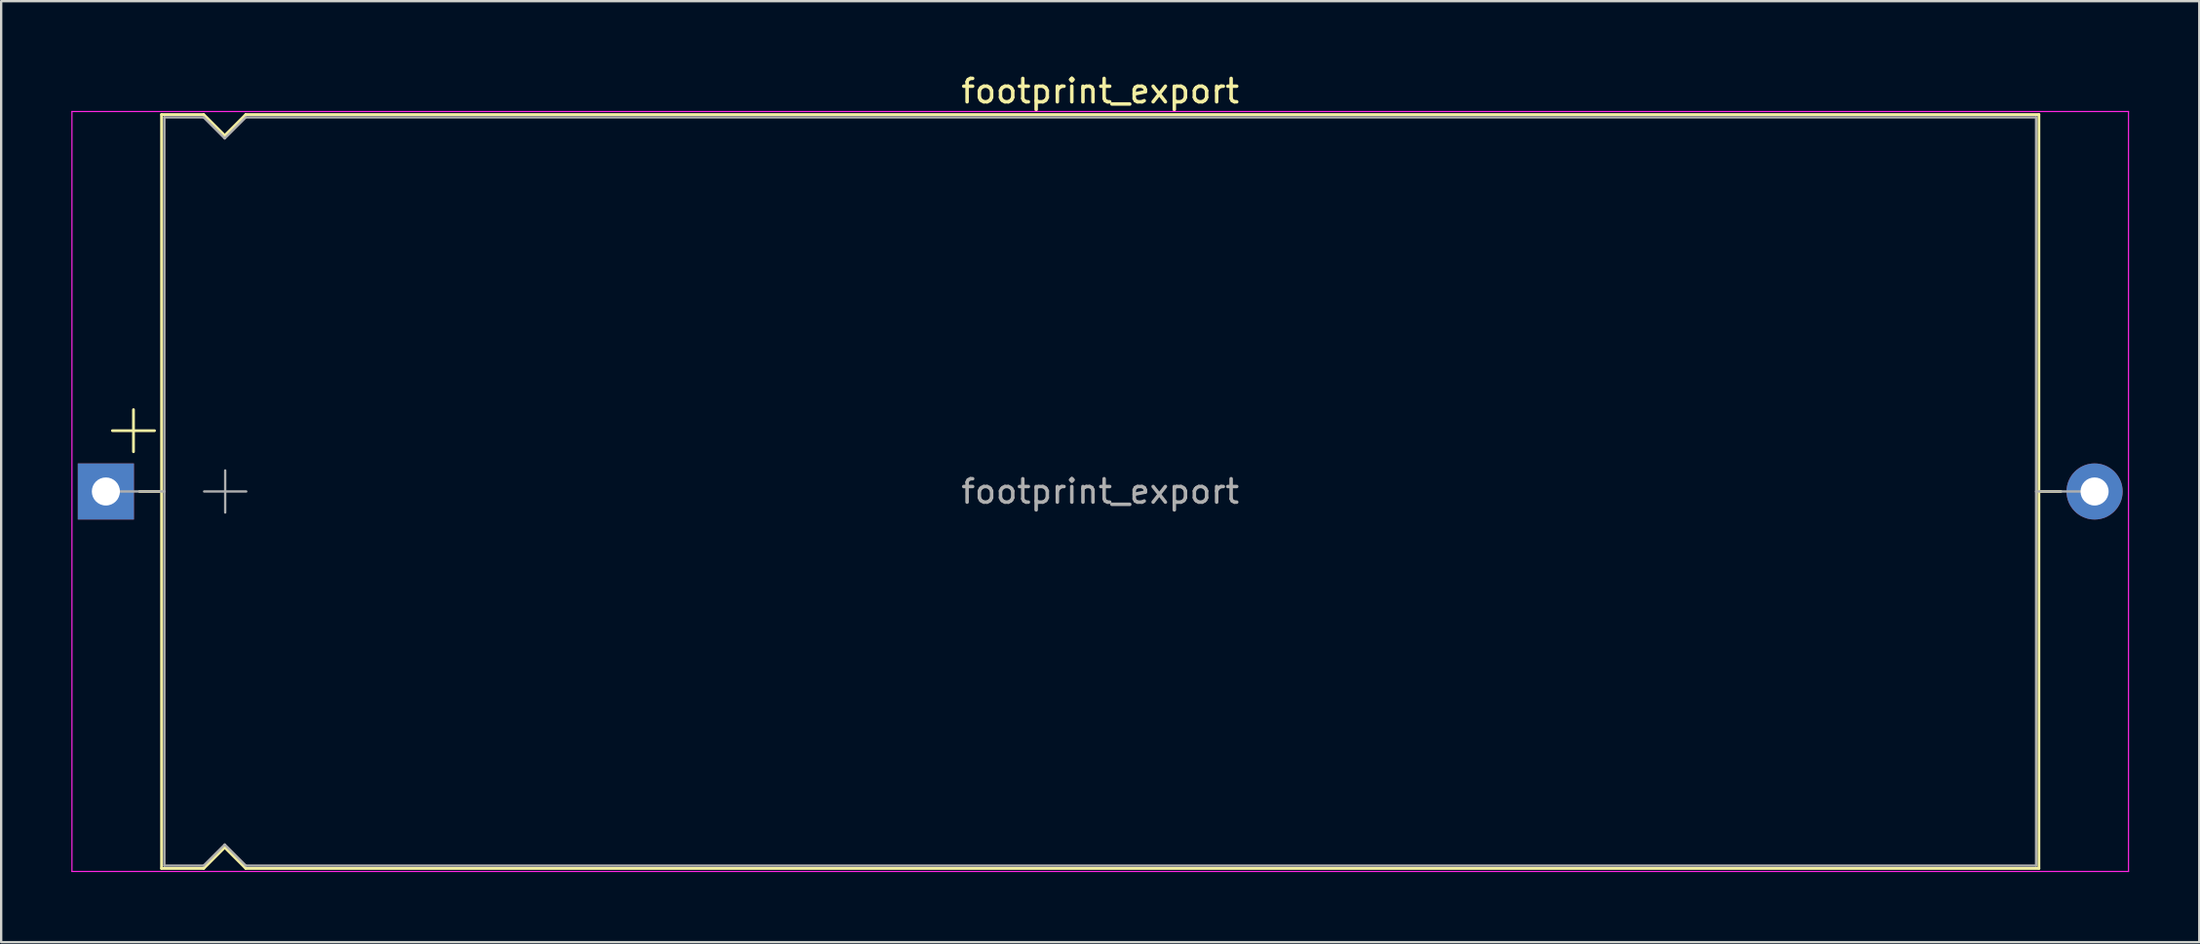
<source format=kicad_pcb>
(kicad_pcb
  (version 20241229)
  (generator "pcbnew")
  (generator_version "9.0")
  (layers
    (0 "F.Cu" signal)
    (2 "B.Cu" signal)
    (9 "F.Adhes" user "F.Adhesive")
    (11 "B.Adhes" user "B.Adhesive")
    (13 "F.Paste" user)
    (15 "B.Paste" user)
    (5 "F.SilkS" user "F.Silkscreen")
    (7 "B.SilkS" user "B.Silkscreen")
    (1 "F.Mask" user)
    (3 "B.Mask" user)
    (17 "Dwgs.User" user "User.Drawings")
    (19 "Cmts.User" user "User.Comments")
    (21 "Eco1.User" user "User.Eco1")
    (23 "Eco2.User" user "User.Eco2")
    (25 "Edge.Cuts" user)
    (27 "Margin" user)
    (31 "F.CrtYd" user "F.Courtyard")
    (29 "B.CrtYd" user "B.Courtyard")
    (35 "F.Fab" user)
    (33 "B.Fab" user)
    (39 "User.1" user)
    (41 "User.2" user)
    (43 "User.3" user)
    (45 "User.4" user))
  (footprint "footprint_export"
    (layer "F.Cu")
    (at 1.475 17.968)
    (property "Reference" "footprint_export" (at 42.5 -17.12 0) (layer "F.SilkS") (effects (font (size 1 1) (thickness 0.15))))
    (attr through_hole)
    (fp_line (start 0.28 -2.6) (end 2.08 -2.6) (stroke (width 0.12) (type solid)) (layer "F.SilkS"))
    (fp_line (start 1.18 -3.5) (end 1.18 -1.7) (stroke (width 0.12) (type solid)) (layer "F.SilkS"))
    (fp_line (start 1.44 0) (end 2.38 0) (stroke (width 0.12) (type solid)) (layer "F.SilkS"))
    (fp_line (start 2.38 -16.12) (end 2.38 16.12) (stroke (width 0.12) (type solid)) (layer "F.SilkS"))
    (fp_line (start 2.38 -16.12) (end 4.18 -16.12) (stroke (width 0.12) (type solid)) (layer "F.SilkS"))
    (fp_line (start 2.38 16.12) (end 4.18 16.12) (stroke (width 0.12) (type solid)) (layer "F.SilkS"))
    (fp_line (start 4.18 -16.12) (end 5.08 -15.22) (stroke (width 0.12) (type solid)) (layer "F.SilkS"))
    (fp_line (start 4.18 16.12) (end 5.08 15.22) (stroke (width 0.12) (type solid)) (layer "F.SilkS"))
    (fp_line (start 5.08 -15.22) (end 5.98 -16.12) (stroke (width 0.12) (type solid)) (layer "F.SilkS"))
    (fp_line (start 5.08 15.22) (end 5.98 16.12) (stroke (width 0.12) (type solid)) (layer "F.SilkS"))
    (fp_line (start 5.98 -16.12) (end 82.62 -16.12) (stroke (width 0.12) (type solid)) (layer "F.SilkS"))
    (fp_line (start 5.98 16.12) (end 82.62 16.12) (stroke (width 0.12) (type solid)) (layer "F.SilkS"))
    (fp_line (start 82.62 -16.12) (end 82.62 16.12) (stroke (width 0.12) (type solid)) (layer "F.SilkS"))
    (fp_line (start 83.56 0) (end 82.62 0) (stroke (width 0.12) (type solid)) (layer "F.SilkS"))
    (fp_line (start -1.45 -16.25) (end -1.45 16.25) (stroke (width 0.05) (type solid)) (layer "F.CrtYd"))
    (fp_line (start -1.45 16.25) (end 86.45 16.25) (stroke (width 0.05) (type solid)) (layer "F.CrtYd"))
    (fp_line (start 86.45 -16.25) (end -1.45 -16.25) (stroke (width 0.05) (type solid)) (layer "F.CrtYd"))
    (fp_line (start 86.45 16.25) (end 86.45 -16.25) (stroke (width 0.05) (type solid)) (layer "F.CrtYd"))
    (fp_line (start 0 0) (end 2.5 0) (stroke (width 0.1) (type solid)) (layer "F.Fab"))
    (fp_line (start 2.5 -16) (end 2.5 16) (stroke (width 0.1) (type solid)) (layer "F.Fab"))
    (fp_line (start 2.5 -16) (end 4.18 -16) (stroke (width 0.1) (type solid)) (layer "F.Fab"))
    (fp_line (start 2.5 16) (end 4.18 16) (stroke (width 0.1) (type solid)) (layer "F.Fab"))
    (fp_line (start 4.18 -16) (end 5.08 -15.1) (stroke (width 0.1) (type solid)) (layer "F.Fab"))
    (fp_line (start 4.18 16) (end 5.08 15.1) (stroke (width 0.1) (type solid)) (layer "F.Fab"))
    (fp_line (start 4.2 0) (end 6 0) (stroke (width 0.1) (type solid)) (layer "F.Fab"))
    (fp_line (start 5.08 -15.1) (end 5.98 -16) (stroke (width 0.1) (type solid)) (layer "F.Fab"))
    (fp_line (start 5.08 15.1) (end 5.98 16) (stroke (width 0.1) (type solid)) (layer "F.Fab"))
    (fp_line (start 5.1 -0.9) (end 5.1 0.9) (stroke (width 0.1) (type solid)) (layer "F.Fab"))
    (fp_line (start 5.98 -16) (end 82.5 -16) (stroke (width 0.1) (type solid)) (layer "F.Fab"))
    (fp_line (start 5.98 16) (end 82.5 16) (stroke (width 0.1) (type solid)) (layer "F.Fab"))
    (fp_line (start 82.5 -16) (end 82.5 16) (stroke (width 0.1) (type solid)) (layer "F.Fab"))
    (fp_line (start 85 0) (end 82.5 0) (stroke (width 0.1) (type solid)) (layer "F.Fab"))
    (fp_text user "${REFERENCE}" (at 42.5 0 0) (layer "F.Fab") (effects (font (size 1 1) (thickness 0.15))))
    (pad "1" thru_hole rect (at 0 0) (size 2.4 2.4) (drill 1.2) (layers "*.Cu" "*.Mask"))
    (pad "2" thru_hole oval (at 85 0) (size 2.4 2.4) (drill 1.2) (layers "*.Cu" "*.Mask")))
  (gr_rect
    (start -3 -3)
    (end 90.95 37.243)
    (stroke (width 0.1) (type default))
    (fill no)
    (layer "Edge.Cuts")))
</source>
